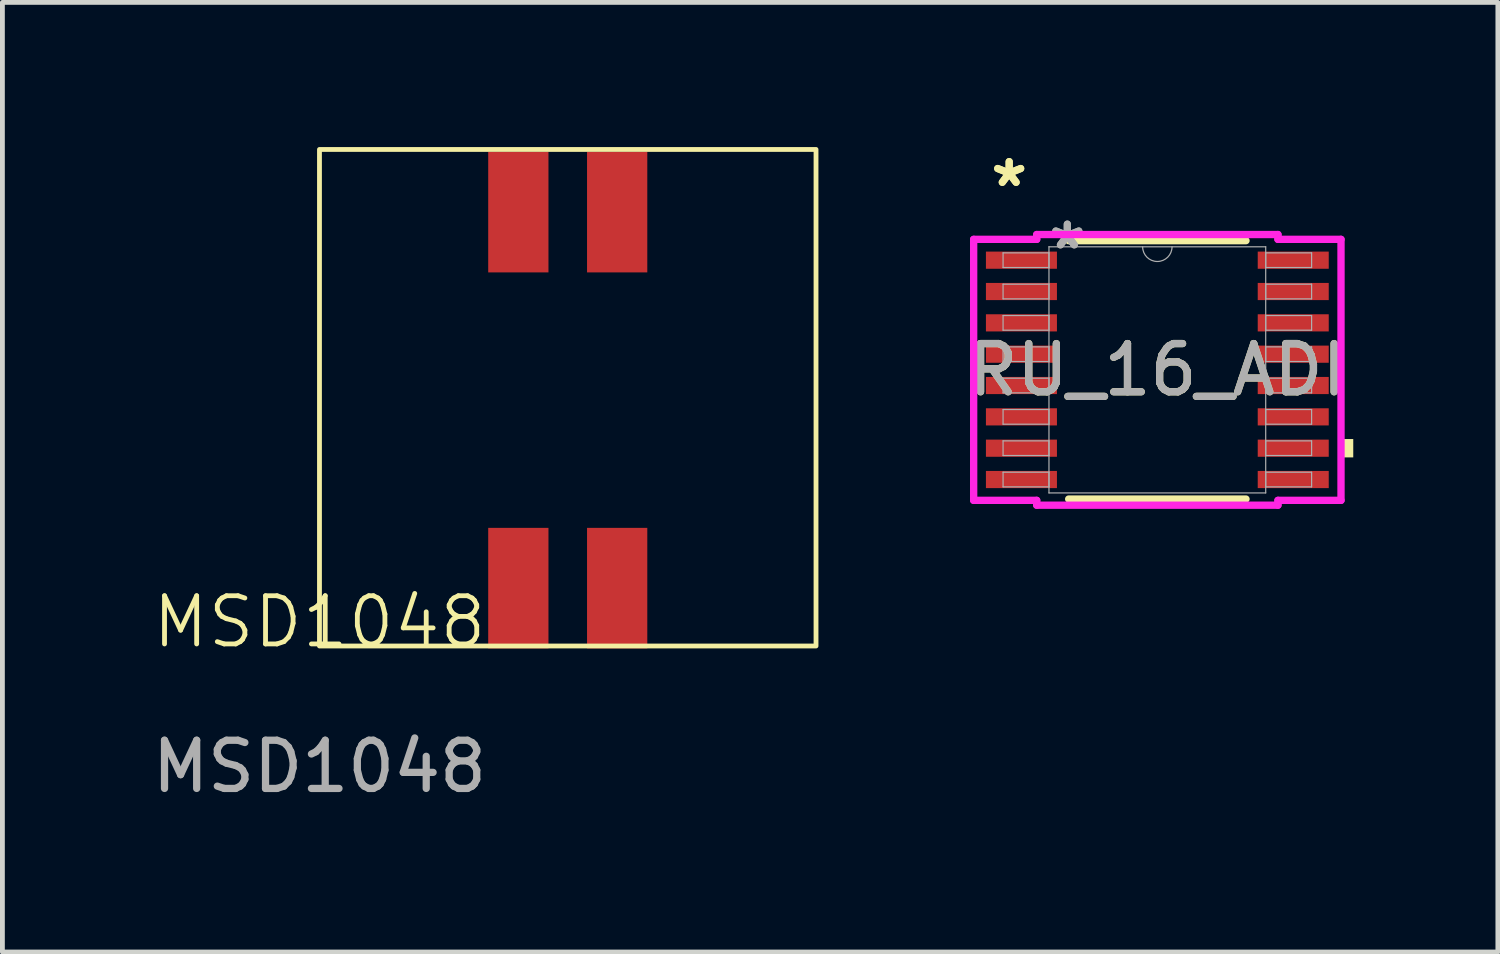
<source format=kicad_pcb>
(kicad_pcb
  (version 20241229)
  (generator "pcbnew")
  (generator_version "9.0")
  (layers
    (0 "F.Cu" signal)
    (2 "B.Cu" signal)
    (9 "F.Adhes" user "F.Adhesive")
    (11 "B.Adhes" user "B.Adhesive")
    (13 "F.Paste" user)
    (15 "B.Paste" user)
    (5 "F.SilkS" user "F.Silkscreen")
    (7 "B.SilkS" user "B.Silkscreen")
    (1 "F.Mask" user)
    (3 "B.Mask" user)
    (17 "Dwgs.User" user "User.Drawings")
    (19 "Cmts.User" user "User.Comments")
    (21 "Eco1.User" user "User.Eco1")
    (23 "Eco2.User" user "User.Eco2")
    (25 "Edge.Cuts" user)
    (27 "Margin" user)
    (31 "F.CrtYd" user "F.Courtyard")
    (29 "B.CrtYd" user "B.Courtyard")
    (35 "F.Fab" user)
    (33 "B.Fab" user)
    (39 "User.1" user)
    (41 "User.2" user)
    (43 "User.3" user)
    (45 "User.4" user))
  (footprint "RU_16_ADI"
    (layer "F.Cu")
    (at 20.957 4.622)
    (property "Reference" "RU_16_ADI" (at 0 0 0) (unlocked yes) (layer "F.SilkS") (effects (font (size 1 1) (thickness 0.15))))
    (attr smd)
    (fp_line (start -1.839 2.68) (end 1.839 2.68) (stroke (width 0.152) (type solid)) (layer "F.SilkS"))
    (fp_line (start 1.839 -2.68) (end -1.839 -2.68) (stroke (width 0.152) (type solid)) (layer "F.SilkS"))
    (fp_poly (pts (xy 4.064 1.435) (xy 4.064 1.816) (xy 3.81 1.816) (xy 3.81 1.435)) (stroke (width 0) (type solid)) (fill yes) (layer "F.SilkS"))
    (fp_line (start -3.81 -2.707) (end -2.502 -2.707) (stroke (width 0.152) (type solid)) (layer "F.CrtYd"))
    (fp_line (start -3.81 2.707) (end -3.81 -2.707) (stroke (width 0.152) (type solid)) (layer "F.CrtYd"))
    (fp_line (start -3.81 2.707) (end -2.502 2.707) (stroke (width 0.152) (type solid)) (layer "F.CrtYd"))
    (fp_line (start -2.502 -2.807) (end 2.502 -2.807) (stroke (width 0.152) (type solid)) (layer "F.CrtYd"))
    (fp_line (start -2.502 -2.707) (end -2.502 -2.807) (stroke (width 0.152) (type solid)) (layer "F.CrtYd"))
    (fp_line (start -2.502 2.807) (end -2.502 2.707) (stroke (width 0.152) (type solid)) (layer "F.CrtYd"))
    (fp_line (start 2.502 -2.807) (end 2.502 -2.707) (stroke (width 0.152) (type solid)) (layer "F.CrtYd"))
    (fp_line (start 2.502 2.707) (end 2.502 2.807) (stroke (width 0.152) (type solid)) (layer "F.CrtYd"))
    (fp_line (start 2.502 2.807) (end -2.502 2.807) (stroke (width 0.152) (type solid)) (layer "F.CrtYd"))
    (fp_line (start 3.81 -2.707) (end 2.502 -2.707) (stroke (width 0.152) (type solid)) (layer "F.CrtYd"))
    (fp_line (start 3.81 -2.707) (end 3.81 2.707) (stroke (width 0.152) (type solid)) (layer "F.CrtYd"))
    (fp_line (start 3.81 2.707) (end 2.502 2.707) (stroke (width 0.152) (type solid)) (layer "F.CrtYd"))
    (fp_line (start -3.2 -2.427) (end -3.2 -2.123) (stroke (width 0.025) (type solid)) (layer "F.Fab"))
    (fp_line (start -3.2 -2.123) (end -2.248 -2.123) (stroke (width 0.025) (type solid)) (layer "F.Fab"))
    (fp_line (start -3.2 -1.777) (end -3.2 -1.473) (stroke (width 0.025) (type solid)) (layer "F.Fab"))
    (fp_line (start -3.2 -1.473) (end -2.248 -1.473) (stroke (width 0.025) (type solid)) (layer "F.Fab"))
    (fp_line (start -3.2 -1.127) (end -3.2 -0.823) (stroke (width 0.025) (type solid)) (layer "F.Fab"))
    (fp_line (start -3.2 -0.823) (end -2.248 -0.823) (stroke (width 0.025) (type solid)) (layer "F.Fab"))
    (fp_line (start -3.2 -0.477) (end -3.2 -0.173) (stroke (width 0.025) (type solid)) (layer "F.Fab"))
    (fp_line (start -3.2 -0.173) (end -2.248 -0.173) (stroke (width 0.025) (type solid)) (layer "F.Fab"))
    (fp_line (start -3.2 0.173) (end -3.2 0.477) (stroke (width 0.025) (type solid)) (layer "F.Fab"))
    (fp_line (start -3.2 0.477) (end -2.248 0.477) (stroke (width 0.025) (type solid)) (layer "F.Fab"))
    (fp_line (start -3.2 0.823) (end -3.2 1.127) (stroke (width 0.025) (type solid)) (layer "F.Fab"))
    (fp_line (start -3.2 1.127) (end -2.248 1.127) (stroke (width 0.025) (type solid)) (layer "F.Fab"))
    (fp_line (start -3.2 1.473) (end -3.2 1.777) (stroke (width 0.025) (type solid)) (layer "F.Fab"))
    (fp_line (start -3.2 1.777) (end -2.248 1.777) (stroke (width 0.025) (type solid)) (layer "F.Fab"))
    (fp_line (start -3.2 2.123) (end -3.2 2.427) (stroke (width 0.025) (type solid)) (layer "F.Fab"))
    (fp_line (start -3.2 2.427) (end -2.248 2.427) (stroke (width 0.025) (type solid)) (layer "F.Fab"))
    (fp_line (start -2.248 -2.553) (end -2.248 2.553) (stroke (width 0.025) (type solid)) (layer "F.Fab"))
    (fp_line (start -2.248 -2.427) (end -3.2 -2.427) (stroke (width 0.025) (type solid)) (layer "F.Fab"))
    (fp_line (start -2.248 -2.123) (end -2.248 -2.427) (stroke (width 0.025) (type solid)) (layer "F.Fab"))
    (fp_line (start -2.248 -1.777) (end -3.2 -1.777) (stroke (width 0.025) (type solid)) (layer "F.Fab"))
    (fp_line (start -2.248 -1.473) (end -2.248 -1.777) (stroke (width 0.025) (type solid)) (layer "F.Fab"))
    (fp_line (start -2.248 -1.127) (end -3.2 -1.127) (stroke (width 0.025) (type solid)) (layer "F.Fab"))
    (fp_line (start -2.248 -0.823) (end -2.248 -1.127) (stroke (width 0.025) (type solid)) (layer "F.Fab"))
    (fp_line (start -2.248 -0.477) (end -3.2 -0.477) (stroke (width 0.025) (type solid)) (layer "F.Fab"))
    (fp_line (start -2.248 -0.173) (end -2.248 -0.477) (stroke (width 0.025) (type solid)) (layer "F.Fab"))
    (fp_line (start -2.248 0.173) (end -3.2 0.173) (stroke (width 0.025) (type solid)) (layer "F.Fab"))
    (fp_line (start -2.248 0.477) (end -2.248 0.173) (stroke (width 0.025) (type solid)) (layer "F.Fab"))
    (fp_line (start -2.248 0.823) (end -3.2 0.823) (stroke (width 0.025) (type solid)) (layer "F.Fab"))
    (fp_line (start -2.248 1.127) (end -2.248 0.823) (stroke (width 0.025) (type solid)) (layer "F.Fab"))
    (fp_line (start -2.248 1.473) (end -3.2 1.473) (stroke (width 0.025) (type solid)) (layer "F.Fab"))
    (fp_line (start -2.248 1.777) (end -2.248 1.473) (stroke (width 0.025) (type solid)) (layer "F.Fab"))
    (fp_line (start -2.248 2.123) (end -3.2 2.123) (stroke (width 0.025) (type solid)) (layer "F.Fab"))
    (fp_line (start -2.248 2.427) (end -2.248 2.123) (stroke (width 0.025) (type solid)) (layer "F.Fab"))
    (fp_line (start -2.248 2.553) (end 2.248 2.553) (stroke (width 0.025) (type solid)) (layer "F.Fab"))
    (fp_line (start 2.248 -2.553) (end -2.248 -2.553) (stroke (width 0.025) (type solid)) (layer "F.Fab"))
    (fp_line (start 2.248 -2.427) (end 2.248 -2.123) (stroke (width 0.025) (type solid)) (layer "F.Fab"))
    (fp_line (start 2.248 -2.123) (end 3.2 -2.123) (stroke (width 0.025) (type solid)) (layer "F.Fab"))
    (fp_line (start 2.248 -1.777) (end 2.248 -1.473) (stroke (width 0.025) (type solid)) (layer "F.Fab"))
    (fp_line (start 2.248 -1.473) (end 3.2 -1.473) (stroke (width 0.025) (type solid)) (layer "F.Fab"))
    (fp_line (start 2.248 -1.127) (end 2.248 -0.823) (stroke (width 0.025) (type solid)) (layer "F.Fab"))
    (fp_line (start 2.248 -0.823) (end 3.2 -0.823) (stroke (width 0.025) (type solid)) (layer "F.Fab"))
    (fp_line (start 2.248 -0.477) (end 2.248 -0.173) (stroke (width 0.025) (type solid)) (layer "F.Fab"))
    (fp_line (start 2.248 -0.173) (end 3.2 -0.173) (stroke (width 0.025) (type solid)) (layer "F.Fab"))
    (fp_line (start 2.248 0.173) (end 2.248 0.477) (stroke (width 0.025) (type solid)) (layer "F.Fab"))
    (fp_line (start 2.248 0.477) (end 3.2 0.477) (stroke (width 0.025) (type solid)) (layer "F.Fab"))
    (fp_line (start 2.248 0.823) (end 2.248 1.127) (stroke (width 0.025) (type solid)) (layer "F.Fab"))
    (fp_line (start 2.248 1.127) (end 3.2 1.127) (stroke (width 0.025) (type solid)) (layer "F.Fab"))
    (fp_line (start 2.248 1.473) (end 2.248 1.777) (stroke (width 0.025) (type solid)) (layer "F.Fab"))
    (fp_line (start 2.248 1.777) (end 3.2 1.777) (stroke (width 0.025) (type solid)) (layer "F.Fab"))
    (fp_line (start 2.248 2.123) (end 2.248 2.427) (stroke (width 0.025) (type solid)) (layer "F.Fab"))
    (fp_line (start 2.248 2.427) (end 3.2 2.427) (stroke (width 0.025) (type solid)) (layer "F.Fab"))
    (fp_line (start 2.248 2.553) (end 2.248 -2.553) (stroke (width 0.025) (type solid)) (layer "F.Fab"))
    (fp_line (start 3.2 -2.427) (end 2.248 -2.427) (stroke (width 0.025) (type solid)) (layer "F.Fab"))
    (fp_line (start 3.2 -2.123) (end 3.2 -2.427) (stroke (width 0.025) (type solid)) (layer "F.Fab"))
    (fp_line (start 3.2 -1.777) (end 2.248 -1.777) (stroke (width 0.025) (type solid)) (layer "F.Fab"))
    (fp_line (start 3.2 -1.473) (end 3.2 -1.777) (stroke (width 0.025) (type solid)) (layer "F.Fab"))
    (fp_line (start 3.2 -1.127) (end 2.248 -1.127) (stroke (width 0.025) (type solid)) (layer "F.Fab"))
    (fp_line (start 3.2 -0.823) (end 3.2 -1.127) (stroke (width 0.025) (type solid)) (layer "F.Fab"))
    (fp_line (start 3.2 -0.477) (end 2.248 -0.477) (stroke (width 0.025) (type solid)) (layer "F.Fab"))
    (fp_line (start 3.2 -0.173) (end 3.2 -0.477) (stroke (width 0.025) (type solid)) (layer "F.Fab"))
    (fp_line (start 3.2 0.173) (end 2.248 0.173) (stroke (width 0.025) (type solid)) (layer "F.Fab"))
    (fp_line (start 3.2 0.477) (end 3.2 0.173) (stroke (width 0.025) (type solid)) (layer "F.Fab"))
    (fp_line (start 3.2 0.823) (end 2.248 0.823) (stroke (width 0.025) (type solid)) (layer "F.Fab"))
    (fp_line (start 3.2 1.127) (end 3.2 0.823) (stroke (width 0.025) (type solid)) (layer "F.Fab"))
    (fp_line (start 3.2 1.473) (end 2.248 1.473) (stroke (width 0.025) (type solid)) (layer "F.Fab"))
    (fp_line (start 3.2 1.777) (end 3.2 1.473) (stroke (width 0.025) (type solid)) (layer "F.Fab"))
    (fp_line (start 3.2 2.123) (end 2.248 2.123) (stroke (width 0.025) (type solid)) (layer "F.Fab"))
    (fp_line (start 3.2 2.427) (end 3.2 2.123) (stroke (width 0.025) (type solid)) (layer "F.Fab"))
    (fp_arc (start 0.3048 -2.5527) (mid 0 -2.2479) (end -0.3048 -2.5527) (stroke (width 0.0254) (type solid)) (layer "F.Fab"))
    (fp_text user "*" (at -3.073 -3.774 0) (layer "F.SilkS") (effects (font (size 1 1) (thickness 0.15))))
    (fp_text user "*" (at -3.073 -3.774 0) (unlocked yes) (layer "F.SilkS") (effects (font (size 1 1) (thickness 0.15))))
    (fp_text user "*" (at -1.867 -2.477 0) (layer "F.Fab") (effects (font (size 1 1) (thickness 0.15))))
    (fp_text user "${REFERENCE}" (at 0 0 0) (unlocked yes) (layer "F.Fab") (effects (font (size 1 1) (thickness 0.15))))
    (fp_text user "*" (at -1.867 -2.477 0) (unlocked yes) (layer "F.Fab") (effects (font (size 1 1) (thickness 0.15))))
    (pad "1" smd rect (at -2.819 -2.275) (size 1.473 0.356) (layers "F.Cu" "F.Mask" "F.Paste"))
    (pad "2" smd rect (at -2.819 -1.625) (size 1.473 0.356) (layers "F.Cu" "F.Mask" "F.Paste"))
    (pad "3" smd rect (at -2.819 -0.975) (size 1.473 0.356) (layers "F.Cu" "F.Mask" "F.Paste"))
    (pad "4" smd rect (at -2.819 -0.325) (size 1.473 0.356) (layers "F.Cu" "F.Mask" "F.Paste"))
    (pad "5" smd rect (at -2.819 0.325) (size 1.473 0.356) (layers "F.Cu" "F.Mask" "F.Paste"))
    (pad "6" smd rect (at -2.819 0.975) (size 1.473 0.356) (layers "F.Cu" "F.Mask" "F.Paste"))
    (pad "7" smd rect (at -2.819 1.625) (size 1.473 0.356) (layers "F.Cu" "F.Mask" "F.Paste"))
    (pad "8" smd rect (at -2.819 2.275) (size 1.473 0.356) (layers "F.Cu" "F.Mask" "F.Paste"))
    (pad "9" smd rect (at 2.819 2.275) (size 1.473 0.356) (layers "F.Cu" "F.Mask" "F.Paste"))
    (pad "10" smd rect (at 2.819 1.625) (size 1.473 0.356) (layers "F.Cu" "F.Mask" "F.Paste"))
    (pad "11" smd rect (at 2.819 0.975) (size 1.473 0.356) (layers "F.Cu" "F.Mask" "F.Paste"))
    (pad "12" smd rect (at 2.819 0.325) (size 1.473 0.356) (layers "F.Cu" "F.Mask" "F.Paste"))
    (pad "13" smd rect (at 2.819 -0.325) (size 1.473 0.356) (layers "F.Cu" "F.Mask" "F.Paste"))
    (pad "14" smd rect (at 2.819 -0.975) (size 1.473 0.356) (layers "F.Cu" "F.Mask" "F.Paste"))
    (pad "15" smd rect (at 2.819 -1.625) (size 1.473 0.356) (layers "F.Cu" "F.Mask" "F.Paste"))
    (pad "16" smd rect (at 2.819 -2.275) (size 1.473 0.356) (layers "F.Cu" "F.Mask" "F.Paste")))
  (footprint "MSD1048"
    (layer "F.Cu")
    (at 3.577 10.35)
    (property "Reference" "MSD1048" (at 0 -0.5 0) (unlocked yes) (layer "F.SilkS") (effects (font (size 1 1) (thickness 0.1))))
    (attr smd)
    (fp_rect (start 0 -10.3) (end 10.3 0) (stroke (width 0.1) (type default)) (fill no) (layer "F.SilkS"))
    (fp_text user "${REFERENCE}" (at 0 2.5 0) (unlocked yes) (layer "F.Fab") (effects (font (size 1 1) (thickness 0.15))))
    (pad "1" smd roundrect (at 6.175 -9) (size 1.25 2.5) (layers "F.Cu" "F.Mask" "F.Paste") (roundrect_rratio 0.001))
    (pad "2" smd roundrect (at 4.125 -9) (size 1.25 2.5) (layers "F.Cu" "F.Mask" "F.Paste") (roundrect_rratio 0.001))
    (pad "3" smd roundrect (at 4.125 -1.2) (size 1.25 2.5) (layers "F.Cu" "F.Mask" "F.Paste") (roundrect_rratio 0.001))
    (pad "4" smd roundrect (at 6.175 -1.2) (size 1.25 2.5) (layers "F.Cu" "F.Mask" "F.Paste") (roundrect_rratio 0.001)))
  (gr_rect
    (start -3 -3)
    (end 28.021 16.698)
    (stroke (width 0.1) (type default))
    (fill no)
    (layer "Edge.Cuts")))
</source>
